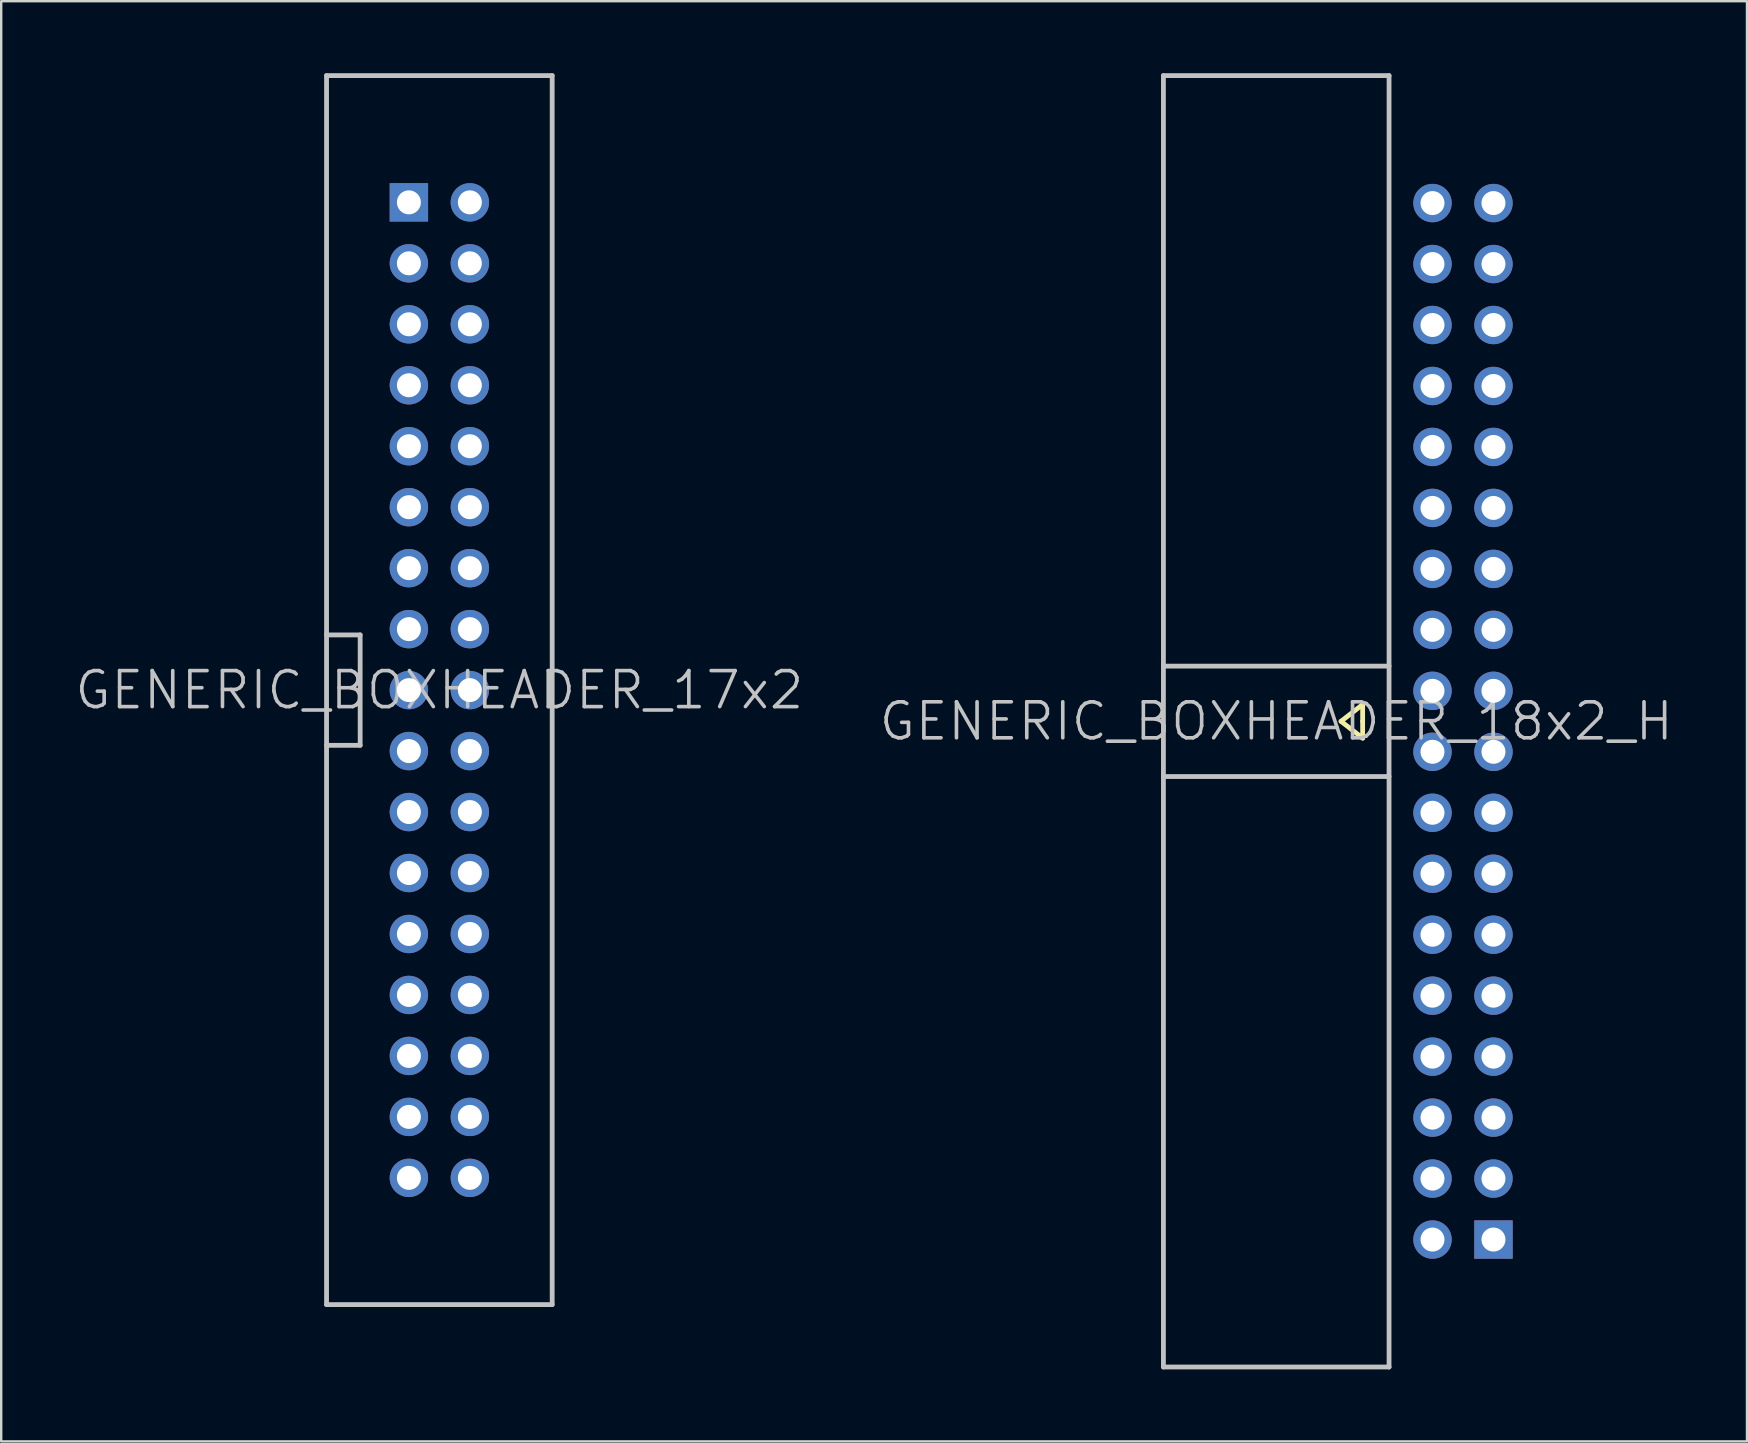
<source format=kicad_pcb>
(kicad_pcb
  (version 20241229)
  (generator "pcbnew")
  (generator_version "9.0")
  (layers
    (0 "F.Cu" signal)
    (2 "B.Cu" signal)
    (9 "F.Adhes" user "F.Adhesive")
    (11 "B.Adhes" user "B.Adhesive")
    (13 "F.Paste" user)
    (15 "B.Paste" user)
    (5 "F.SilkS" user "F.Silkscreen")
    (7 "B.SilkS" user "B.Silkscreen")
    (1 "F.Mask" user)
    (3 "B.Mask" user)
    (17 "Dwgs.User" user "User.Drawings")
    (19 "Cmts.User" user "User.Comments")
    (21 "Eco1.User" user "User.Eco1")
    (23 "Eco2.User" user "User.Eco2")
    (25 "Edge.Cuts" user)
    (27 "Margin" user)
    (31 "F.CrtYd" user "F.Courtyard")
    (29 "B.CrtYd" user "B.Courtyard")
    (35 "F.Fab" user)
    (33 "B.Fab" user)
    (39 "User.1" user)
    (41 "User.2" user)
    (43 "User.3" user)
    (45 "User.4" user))
  (footprint "GENERIC_BOXHEADER_18x2_H"
    (layer "F.Cu")
    (at 52.818 27)
    (property "Reference" "GENERIC_BOXHEADER_18x2_H" (at -2.7 0 180) (layer "Dwgs.User") (effects (font (size 1.5 1.5) (thickness 0.15))))
    (attr through_hole)
    (fp_line (start 0 0) (end 0.9 0.7) (stroke (width 0.2) (type solid)) (layer "F.SilkS"))
    (fp_line (start 0.9 -0.7) (end 0 0) (stroke (width 0.2) (type solid)) (layer "F.SilkS"))
    (fp_line (start 0.9 0) (end 0.9 -0.7) (stroke (width 0.2) (type solid)) (layer "F.SilkS"))
    (fp_line (start 0.9 0.7) (end 0.9 0) (stroke (width 0.2) (type solid)) (layer "F.SilkS"))
    (fp_line (start -7.4 -26.9) (end -7.4 26.9) (stroke (width 0.2) (type solid)) (layer "Dwgs.User"))
    (fp_line (start -7.4 -26.9) (end 2 -26.9) (stroke (width 0.2) (type solid)) (layer "Dwgs.User"))
    (fp_line (start -7.4 -2.3) (end 2 -2.3) (stroke (width 0.2) (type solid)) (layer "Dwgs.User"))
    (fp_line (start -7.4 2.3) (end 2 2.3) (stroke (width 0.2) (type solid)) (layer "Dwgs.User"))
    (fp_line (start -7.4 26.9) (end 2 26.9) (stroke (width 0.2) (type solid)) (layer "Dwgs.User"))
    (fp_line (start 2 26.9) (end 2 -26.9) (stroke (width 0.2) (type solid)) (layer "Dwgs.User"))
    (pad "1" thru_hole rect (at 6.35 21.59) (size 1.6 1.6) (drill 1) (layers "*.Cu" "*.Mask"))
    (pad "2" thru_hole circle (at 3.81 21.59 90) (size 1.6 1.6) (drill 1) (layers "*.Cu" "*.Mask"))
    (pad "3" thru_hole circle (at 6.35 19.05 90) (size 1.6 1.6) (drill 1) (layers "*.Cu" "*.Mask"))
    (pad "4" thru_hole circle (at 3.81 19.05 90) (size 1.6 1.6) (drill 1) (layers "*.Cu" "*.Mask"))
    (pad "5" thru_hole circle (at 6.35 16.51 90) (size 1.6 1.6) (drill 1) (layers "*.Cu" "*.Mask"))
    (pad "6" thru_hole circle (at 3.81 16.51 90) (size 1.6 1.6) (drill 1) (layers "*.Cu" "*.Mask"))
    (pad "7" thru_hole circle (at 6.35 13.97 90) (size 1.6 1.6) (drill 1) (layers "*.Cu" "*.Mask"))
    (pad "8" thru_hole circle (at 3.81 13.97 90) (size 1.6 1.6) (drill 1) (layers "*.Cu" "*.Mask"))
    (pad "9" thru_hole circle (at 6.35 11.43 90) (size 1.6 1.6) (drill 1) (layers "*.Cu" "*.Mask"))
    (pad "10" thru_hole circle (at 3.81 11.43 90) (size 1.6 1.6) (drill 1) (layers "*.Cu" "*.Mask"))
    (pad "11" thru_hole circle (at 6.35 8.89 90) (size 1.6 1.6) (drill 1) (layers "*.Cu" "*.Mask"))
    (pad "12" thru_hole circle (at 3.81 8.89 90) (size 1.6 1.6) (drill 1) (layers "*.Cu" "*.Mask"))
    (pad "13" thru_hole circle (at 6.35 6.35 90) (size 1.6 1.6) (drill 1) (layers "*.Cu" "*.Mask"))
    (pad "14" thru_hole circle (at 3.81 6.35 90) (size 1.6 1.6) (drill 1) (layers "*.Cu" "*.Mask"))
    (pad "15" thru_hole circle (at 6.35 3.81 90) (size 1.6 1.6) (drill 1) (layers "*.Cu" "*.Mask"))
    (pad "16" thru_hole circle (at 3.81 3.81 90) (size 1.6 1.6) (drill 1) (layers "*.Cu" "*.Mask"))
    (pad "17" thru_hole circle (at 6.35 1.27 90) (size 1.6 1.6) (drill 1) (layers "*.Cu" "*.Mask"))
    (pad "18" thru_hole circle (at 3.81 1.27 90) (size 1.6 1.6) (drill 1) (layers "*.Cu" "*.Mask"))
    (pad "19" thru_hole circle (at 6.35 -1.27 90) (size 1.6 1.6) (drill 1) (layers "*.Cu" "*.Mask"))
    (pad "20" thru_hole circle (at 3.81 -1.27 90) (size 1.6 1.6) (drill 1) (layers "*.Cu" "*.Mask"))
    (pad "21" thru_hole circle (at 6.35 -3.81 90) (size 1.6 1.6) (drill 1) (layers "*.Cu" "*.Mask"))
    (pad "22" thru_hole circle (at 3.81 -3.81 90) (size 1.6 1.6) (drill 1) (layers "*.Cu" "*.Mask"))
    (pad "23" thru_hole circle (at 6.35 -6.35 90) (size 1.6 1.6) (drill 1) (layers "*.Cu" "*.Mask"))
    (pad "24" thru_hole circle (at 3.81 -6.35 90) (size 1.6 1.6) (drill 1) (layers "*.Cu" "*.Mask"))
    (pad "25" thru_hole circle (at 6.35 -8.89 90) (size 1.6 1.6) (drill 1) (layers "*.Cu" "*.Mask"))
    (pad "26" thru_hole circle (at 3.81 -8.89 90) (size 1.6 1.6) (drill 1) (layers "*.Cu" "*.Mask"))
    (pad "27" thru_hole circle (at 6.35 -11.43 90) (size 1.6 1.6) (drill 1) (layers "*.Cu" "*.Mask"))
    (pad "28" thru_hole circle (at 3.81 -11.43 90) (size 1.6 1.6) (drill 1) (layers "*.Cu" "*.Mask"))
    (pad "29" thru_hole circle (at 6.35 -13.97 90) (size 1.6 1.6) (drill 1) (layers "*.Cu" "*.Mask"))
    (pad "30" thru_hole circle (at 3.81 -13.97 90) (size 1.6 1.6) (drill 1) (layers "*.Cu" "*.Mask"))
    (pad "31" thru_hole circle (at 6.35 -16.51 90) (size 1.6 1.6) (drill 1) (layers "*.Cu" "*.Mask"))
    (pad "32" thru_hole circle (at 3.81 -16.51 90) (size 1.6 1.6) (drill 1) (layers "*.Cu" "*.Mask"))
    (pad "33" thru_hole circle (at 6.35 -19.05 90) (size 1.6 1.6) (drill 1) (layers "*.Cu" "*.Mask"))
    (pad "34" thru_hole circle (at 3.81 -19.05 90) (size 1.6 1.6) (drill 1) (layers "*.Cu" "*.Mask"))
    (pad "35" thru_hole circle (at 6.35 -21.59 90) (size 1.6 1.6) (drill 1) (layers "*.Cu" "*.Mask"))
    (pad "36" thru_hole circle (at 3.81 -21.59 90) (size 1.6 1.6) (drill 1) (layers "*.Cu" "*.Mask")))
  (footprint "GENERIC_BOXHEADER_17x2"
    (layer "F.Cu")
    (at 15.254 25.7)
    (property "Reference" "GENERIC_BOXHEADER_17x2" (at 0 0 180) (layer "Dwgs.User") (effects (font (size 1.5 1.5) (thickness 0.15))))
    (attr through_hole)
    (fp_line (start -4.7 -25.6) (end -4.7 25.6) (stroke (width 0.2) (type solid)) (layer "Dwgs.User"))
    (fp_line (start -4.7 2.3) (end -3.3 2.3) (stroke (width 0.2) (type solid)) (layer "Dwgs.User"))
    (fp_line (start -3.3 -2.3) (end -4.7 -2.3) (stroke (width 0.2) (type solid)) (layer "Dwgs.User"))
    (fp_line (start -3.3 2.3) (end -3.3 -2.3) (stroke (width 0.2) (type solid)) (layer "Dwgs.User"))
    (fp_line (start 4.7 -25.6) (end -4.7 -25.6) (stroke (width 0.2) (type solid)) (layer "Dwgs.User"))
    (fp_line (start 4.7 25.6) (end -4.7 25.6) (stroke (width 0.2) (type solid)) (layer "Dwgs.User"))
    (fp_line (start 4.7 25.6) (end 4.7 -25.6) (stroke (width 0.2) (type solid)) (layer "Dwgs.User"))
    (pad "1" thru_hole rect (at -1.27 -20.32) (size 1.6 1.6) (drill 1) (layers "*.Cu" "*.Mask"))
    (pad "2" thru_hole circle (at 1.27 -20.32 270) (size 1.6 1.6) (drill 1) (layers "*.Cu" "*.Mask"))
    (pad "3" thru_hole circle (at -1.27 -17.78 270) (size 1.6 1.6) (drill 1) (layers "*.Cu" "*.Mask"))
    (pad "4" thru_hole circle (at 1.27 -17.78 270) (size 1.6 1.6) (drill 1) (layers "*.Cu" "*.Mask"))
    (pad "5" thru_hole circle (at -1.27 -15.24 270) (size 1.6 1.6) (drill 1) (layers "*.Cu" "*.Mask"))
    (pad "6" thru_hole circle (at 1.27 -15.24 270) (size 1.6 1.6) (drill 1) (layers "*.Cu" "*.Mask"))
    (pad "7" thru_hole circle (at -1.27 -12.7 270) (size 1.6 1.6) (drill 1) (layers "*.Cu" "*.Mask"))
    (pad "8" thru_hole circle (at 1.27 -12.7 270) (size 1.6 1.6) (drill 1) (layers "*.Cu" "*.Mask"))
    (pad "9" thru_hole circle (at -1.27 -10.16 270) (size 1.6 1.6) (drill 1) (layers "*.Cu" "*.Mask"))
    (pad "10" thru_hole circle (at 1.27 -10.16 270) (size 1.6 1.6) (drill 1) (layers "*.Cu" "*.Mask"))
    (pad "11" thru_hole circle (at -1.27 -7.62 270) (size 1.6 1.6) (drill 1) (layers "*.Cu" "*.Mask"))
    (pad "12" thru_hole circle (at 1.27 -7.62 270) (size 1.6 1.6) (drill 1) (layers "*.Cu" "*.Mask"))
    (pad "13" thru_hole circle (at -1.27 -5.08 270) (size 1.6 1.6) (drill 1) (layers "*.Cu" "*.Mask"))
    (pad "14" thru_hole circle (at 1.27 -5.08 270) (size 1.6 1.6) (drill 1) (layers "*.Cu" "*.Mask"))
    (pad "15" thru_hole circle (at -1.27 -2.54 270) (size 1.6 1.6) (drill 1) (layers "*.Cu" "*.Mask"))
    (pad "16" thru_hole circle (at 1.27 -2.54 270) (size 1.6 1.6) (drill 1) (layers "*.Cu" "*.Mask"))
    (pad "17" thru_hole circle (at -1.27 0 270) (size 1.6 1.6) (drill 1) (layers "*.Cu" "*.Mask"))
    (pad "18" thru_hole circle (at 1.27 0 270) (size 1.6 1.6) (drill 1) (layers "*.Cu" "*.Mask"))
    (pad "19" thru_hole circle (at -1.27 2.54 270) (size 1.6 1.6) (drill 1) (layers "*.Cu" "*.Mask"))
    (pad "20" thru_hole circle (at 1.27 2.54 270) (size 1.6 1.6) (drill 1) (layers "*.Cu" "*.Mask"))
    (pad "21" thru_hole circle (at -1.27 5.08 270) (size 1.6 1.6) (drill 1) (layers "*.Cu" "*.Mask"))
    (pad "22" thru_hole circle (at 1.27 5.08 270) (size 1.6 1.6) (drill 1) (layers "*.Cu" "*.Mask"))
    (pad "23" thru_hole circle (at -1.27 7.62 270) (size 1.6 1.6) (drill 1) (layers "*.Cu" "*.Mask"))
    (pad "24" thru_hole circle (at 1.27 7.62 270) (size 1.6 1.6) (drill 1) (layers "*.Cu" "*.Mask"))
    (pad "25" thru_hole circle (at -1.27 10.16 270) (size 1.6 1.6) (drill 1) (layers "*.Cu" "*.Mask"))
    (pad "26" thru_hole circle (at 1.27 10.16 270) (size 1.6 1.6) (drill 1) (layers "*.Cu" "*.Mask"))
    (pad "27" thru_hole circle (at -1.27 12.7 270) (size 1.6 1.6) (drill 1) (layers "*.Cu" "*.Mask"))
    (pad "28" thru_hole circle (at 1.27 12.7 270) (size 1.6 1.6) (drill 1) (layers "*.Cu" "*.Mask"))
    (pad "29" thru_hole circle (at -1.27 15.24 270) (size 1.6 1.6) (drill 1) (layers "*.Cu" "*.Mask"))
    (pad "30" thru_hole circle (at 1.27 15.24 270) (size 1.6 1.6) (drill 1) (layers "*.Cu" "*.Mask"))
    (pad "31" thru_hole circle (at -1.27 17.78 270) (size 1.6 1.6) (drill 1) (layers "*.Cu" "*.Mask"))
    (pad "32" thru_hole circle (at 1.27 17.78 270) (size 1.6 1.6) (drill 1) (layers "*.Cu" "*.Mask"))
    (pad "33" thru_hole circle (at -1.27 20.32 270) (size 1.6 1.6) (drill 1) (layers "*.Cu" "*.Mask"))
    (pad "34" thru_hole circle (at 1.27 20.32 270) (size 1.6 1.6) (drill 1) (layers "*.Cu" "*.Mask")))
  (gr_rect
    (start -3 -3)
    (end 69.729 57)
    (stroke (width 0.1) (type default))
    (fill no)
    (layer "Edge.Cuts")))
</source>
